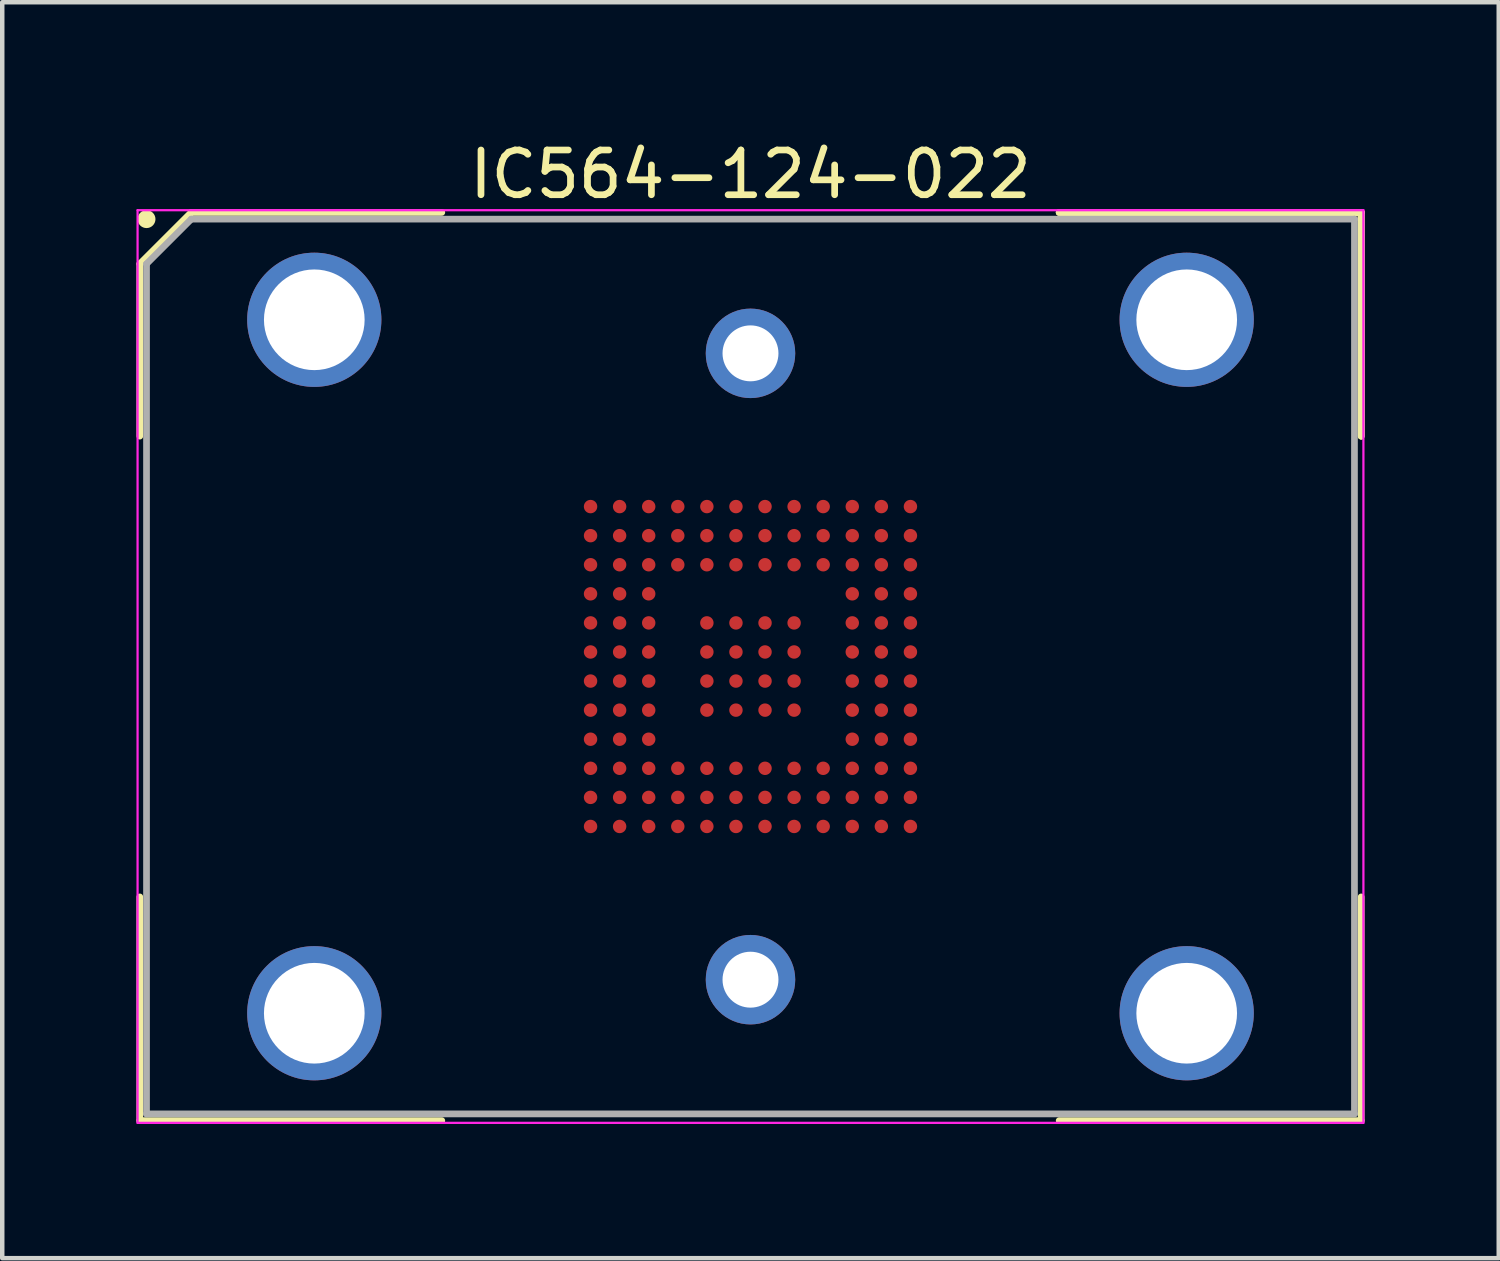
<source format=kicad_pcb>
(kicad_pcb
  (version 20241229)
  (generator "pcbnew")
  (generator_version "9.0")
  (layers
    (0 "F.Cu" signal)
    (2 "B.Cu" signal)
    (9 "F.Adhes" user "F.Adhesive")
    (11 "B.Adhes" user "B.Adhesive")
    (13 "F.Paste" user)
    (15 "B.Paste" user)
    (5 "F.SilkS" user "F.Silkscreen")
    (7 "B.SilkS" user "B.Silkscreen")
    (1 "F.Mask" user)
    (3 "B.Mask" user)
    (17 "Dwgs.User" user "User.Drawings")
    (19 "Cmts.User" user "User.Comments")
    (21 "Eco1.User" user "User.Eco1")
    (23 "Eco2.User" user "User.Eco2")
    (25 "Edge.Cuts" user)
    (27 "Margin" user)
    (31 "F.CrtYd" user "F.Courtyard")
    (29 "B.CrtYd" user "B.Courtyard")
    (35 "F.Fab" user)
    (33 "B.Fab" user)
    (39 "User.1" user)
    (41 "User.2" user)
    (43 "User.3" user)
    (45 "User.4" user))
  (footprint "IC564-124-022"
    (layer "F.Cu")
    (at 13.725 11.848)
    (property "Reference" "IC564-124-022" (at 0 -11 0) (layer "F.SilkS") (effects (font (size 1 1) (thickness 0.15))))
    (attr smd)
    (fp_line (start -13.65 -9) (end -13.65 -5.15) (stroke (width 0.15) (type solid)) (layer "F.SilkS"))
    (fp_line (start -13.65 10.15) (end -13.65 5.15) (stroke (width 0.15) (type solid)) (layer "F.SilkS"))
    (fp_line (start -12.5 -10.15) (end -13.65 -9) (stroke (width 0.15) (type solid)) (layer "F.SilkS"))
    (fp_line (start -6.9 -10.15) (end -12.5 -10.15) (stroke (width 0.15) (type solid)) (layer "F.SilkS"))
    (fp_line (start -6.9 10.15) (end -13.65 10.15) (stroke (width 0.15) (type solid)) (layer "F.SilkS"))
    (fp_line (start 6.9 -10.15) (end 13.65 -10.15) (stroke (width 0.15) (type solid)) (layer "F.SilkS"))
    (fp_line (start 6.9 -10.15) (end 13.65 -10.15) (stroke (width 0.15) (type solid)) (layer "F.SilkS"))
    (fp_line (start 6.9 -10.15) (end 13.65 -10.15) (stroke (width 0.15) (type solid)) (layer "F.SilkS"))
    (fp_line (start 6.9 10.15) (end 13.65 10.15) (stroke (width 0.15) (type solid)) (layer "F.SilkS"))
    (fp_line (start 13.65 -10.15) (end 13.65 -5.15) (stroke (width 0.15) (type solid)) (layer "F.SilkS"))
    (fp_line (start 13.65 -10.15) (end 13.65 -5.15) (stroke (width 0.15) (type solid)) (layer "F.SilkS"))
    (fp_line (start 13.65 -10.15) (end 13.65 -5.15) (stroke (width 0.15) (type solid)) (layer "F.SilkS"))
    (fp_line (start 13.65 10.15) (end 13.65 5.15) (stroke (width 0.15) (type solid)) (layer "F.SilkS"))
    (fp_circle (center -13.5 -10) (end -13.5 -9.9) (stroke (width 0.2) (type solid)) (fill no) (layer "F.SilkS"))
    (fp_line (start -13.7 -10.2) (end 13.7 -10.2) (stroke (width 0.05) (type solid)) (layer "F.CrtYd"))
    (fp_line (start -13.7 10.2) (end -13.7 -10.2) (stroke (width 0.05) (type solid)) (layer "F.CrtYd"))
    (fp_line (start 13.7 -10.2) (end 13.7 10.2) (stroke (width 0.05) (type solid)) (layer "F.CrtYd"))
    (fp_line (start 13.7 10.2) (end -13.7 10.2) (stroke (width 0.05) (type solid)) (layer "F.CrtYd"))
    (fp_line (start -13.5 -9) (end -13.5 10) (stroke (width 0.15) (type solid)) (layer "F.Fab"))
    (fp_line (start -13.5 10) (end 13.5 10) (stroke (width 0.15) (type solid)) (layer "F.Fab"))
    (fp_line (start -12.5 -10) (end -13.5 -9) (stroke (width 0.15) (type solid)) (layer "F.Fab"))
    (fp_line (start 13.5 -10) (end -12.5 -10) (stroke (width 0.15) (type solid)) (layer "F.Fab"))
    (fp_line (start 13.5 10) (end 13.5 -10) (stroke (width 0.15) (type solid)) (layer "F.Fab"))
    (pad "" thru_hole circle (at -9.75 -7.75) (size 3 3) (drill 2.25) (layers "*.Cu" "*.Mask"))
    (pad "" thru_hole circle (at -9.75 7.75) (size 3 3) (drill 2.25) (layers "*.Cu" "*.Mask"))
    (pad "" thru_hole circle (at 0 -7) (size 2 2) (drill 1.25) (layers "*.Cu" "*.Mask"))
    (pad "" thru_hole circle (at 0 7) (size 2 2) (drill 1.25) (layers "*.Cu" "*.Mask"))
    (pad "" thru_hole circle (at 9.75 -7.75) (size 3 3) (drill 2.25) (layers "*.Cu" "*.Mask"))
    (pad "" thru_hole circle (at 9.75 7.75) (size 3 3) (drill 2.25) (layers "*.Cu" "*.Mask"))
    (pad "A1" smd circle (at -3.575 -3.575) (size 0.3 0.3) (layers "F.Cu" "F.Mask" "F.Paste"))
    (pad "A2" smd circle (at -2.925 -3.575) (size 0.3 0.3) (layers "F.Cu" "F.Mask" "F.Paste"))
    (pad "A3" smd circle (at -2.275 -3.575) (size 0.3 0.3) (layers "F.Cu" "F.Mask" "F.Paste"))
    (pad "A4" smd circle (at -1.625 -3.575) (size 0.3 0.3) (layers "F.Cu" "F.Mask" "F.Paste"))
    (pad "A5" smd circle (at -0.975 -3.575) (size 0.3 0.3) (layers "F.Cu" "F.Mask" "F.Paste"))
    (pad "A6" smd circle (at -0.325 -3.575) (size 0.3 0.3) (layers "F.Cu" "F.Mask" "F.Paste"))
    (pad "A7" smd circle (at 0.325 -3.575) (size 0.3 0.3) (layers "F.Cu" "F.Mask" "F.Paste"))
    (pad "A8" smd circle (at 0.975 -3.575) (size 0.3 0.3) (layers "F.Cu" "F.Mask" "F.Paste"))
    (pad "A9" smd circle (at 1.625 -3.575) (size 0.3 0.3) (layers "F.Cu" "F.Mask" "F.Paste"))
    (pad "A10" smd circle (at 2.275 -3.575) (size 0.3 0.3) (layers "F.Cu" "F.Mask" "F.Paste"))
    (pad "A11" smd circle (at 2.925 -3.575) (size 0.3 0.3) (layers "F.Cu" "F.Mask" "F.Paste"))
    (pad "A12" smd circle (at 3.575 -3.575) (size 0.3 0.3) (layers "F.Cu" "F.Mask" "F.Paste"))
    (pad "B1" smd circle (at -3.575 -2.925) (size 0.3 0.3) (layers "F.Cu" "F.Mask" "F.Paste"))
    (pad "B2" smd circle (at -2.925 -2.925) (size 0.3 0.3) (layers "F.Cu" "F.Mask" "F.Paste"))
    (pad "B3" smd circle (at -2.275 -2.925) (size 0.3 0.3) (layers "F.Cu" "F.Mask" "F.Paste"))
    (pad "B4" smd circle (at -1.625 -2.925) (size 0.3 0.3) (layers "F.Cu" "F.Mask" "F.Paste"))
    (pad "B5" smd circle (at -0.975 -2.925) (size 0.3 0.3) (layers "F.Cu" "F.Mask" "F.Paste"))
    (pad "B6" smd circle (at -0.325 -2.925) (size 0.3 0.3) (layers "F.Cu" "F.Mask" "F.Paste"))
    (pad "B7" smd circle (at 0.325 -2.925) (size 0.3 0.3) (layers "F.Cu" "F.Mask" "F.Paste"))
    (pad "B8" smd circle (at 0.975 -2.925) (size 0.3 0.3) (layers "F.Cu" "F.Mask" "F.Paste"))
    (pad "B9" smd circle (at 1.625 -2.925) (size 0.3 0.3) (layers "F.Cu" "F.Mask" "F.Paste"))
    (pad "B10" smd circle (at 2.275 -2.925) (size 0.3 0.3) (layers "F.Cu" "F.Mask" "F.Paste"))
    (pad "B11" smd circle (at 2.925 -2.925) (size 0.3 0.3) (layers "F.Cu" "F.Mask" "F.Paste"))
    (pad "B12" smd circle (at 3.575 -2.925) (size 0.3 0.3) (layers "F.Cu" "F.Mask" "F.Paste"))
    (pad "C1" smd circle (at -3.575 -2.275) (size 0.3 0.3) (layers "F.Cu" "F.Mask" "F.Paste"))
    (pad "C2" smd circle (at -2.925 -2.275) (size 0.3 0.3) (layers "F.Cu" "F.Mask" "F.Paste"))
    (pad "C3" smd circle (at -2.275 -2.275) (size 0.3 0.3) (layers "F.Cu" "F.Mask" "F.Paste"))
    (pad "C4" smd circle (at -1.625 -2.275) (size 0.3 0.3) (layers "F.Cu" "F.Mask" "F.Paste"))
    (pad "C5" smd circle (at -0.975 -2.275) (size 0.3 0.3) (layers "F.Cu" "F.Mask" "F.Paste"))
    (pad "C6" smd circle (at -0.325 -2.275) (size 0.3 0.3) (layers "F.Cu" "F.Mask" "F.Paste"))
    (pad "C7" smd circle (at 0.325 -2.275) (size 0.3 0.3) (layers "F.Cu" "F.Mask" "F.Paste"))
    (pad "C8" smd circle (at 0.975 -2.275) (size 0.3 0.3) (layers "F.Cu" "F.Mask" "F.Paste"))
    (pad "C9" smd circle (at 1.625 -2.275) (size 0.3 0.3) (layers "F.Cu" "F.Mask" "F.Paste"))
    (pad "C10" smd circle (at 2.275 -2.275) (size 0.3 0.3) (layers "F.Cu" "F.Mask" "F.Paste"))
    (pad "C11" smd circle (at 2.925 -2.275) (size 0.3 0.3) (layers "F.Cu" "F.Mask" "F.Paste"))
    (pad "C12" smd circle (at 3.575 -2.275) (size 0.3 0.3) (layers "F.Cu" "F.Mask" "F.Paste"))
    (pad "D1" smd circle (at -3.575 -1.625) (size 0.3 0.3) (layers "F.Cu" "F.Mask" "F.Paste"))
    (pad "D2" smd circle (at -2.925 -1.625) (size 0.3 0.3) (layers "F.Cu" "F.Mask" "F.Paste"))
    (pad "D3" smd circle (at -2.275 -1.625) (size 0.3 0.3) (layers "F.Cu" "F.Mask" "F.Paste"))
    (pad "D10" smd circle (at 2.275 -1.625) (size 0.3 0.3) (layers "F.Cu" "F.Mask" "F.Paste"))
    (pad "D11" smd circle (at 2.925 -1.625) (size 0.3 0.3) (layers "F.Cu" "F.Mask" "F.Paste"))
    (pad "D12" smd circle (at 3.575 -1.625) (size 0.3 0.3) (layers "F.Cu" "F.Mask" "F.Paste"))
    (pad "E1" smd circle (at -3.575 -0.975) (size 0.3 0.3) (layers "F.Cu" "F.Mask" "F.Paste"))
    (pad "E2" smd circle (at -2.925 -0.975) (size 0.3 0.3) (layers "F.Cu" "F.Mask" "F.Paste"))
    (pad "E3" smd circle (at -2.275 -0.975) (size 0.3 0.3) (layers "F.Cu" "F.Mask" "F.Paste"))
    (pad "E5" smd circle (at -0.975 -0.975) (size 0.3 0.3) (layers "F.Cu" "F.Mask" "F.Paste"))
    (pad "E6" smd circle (at -0.325 -0.975) (size 0.3 0.3) (layers "F.Cu" "F.Mask" "F.Paste"))
    (pad "E7" smd circle (at 0.325 -0.975) (size 0.3 0.3) (layers "F.Cu" "F.Mask" "F.Paste"))
    (pad "E8" smd circle (at 0.975 -0.975) (size 0.3 0.3) (layers "F.Cu" "F.Mask" "F.Paste"))
    (pad "E10" smd circle (at 2.275 -0.975) (size 0.3 0.3) (layers "F.Cu" "F.Mask" "F.Paste"))
    (pad "E11" smd circle (at 2.925 -0.975) (size 0.3 0.3) (layers "F.Cu" "F.Mask" "F.Paste"))
    (pad "E12" smd circle (at 3.575 -0.975) (size 0.3 0.3) (layers "F.Cu" "F.Mask" "F.Paste"))
    (pad "F1" smd circle (at -3.575 -0.325) (size 0.3 0.3) (layers "F.Cu" "F.Mask" "F.Paste"))
    (pad "F2" smd circle (at -2.925 -0.325) (size 0.3 0.3) (layers "F.Cu" "F.Mask" "F.Paste"))
    (pad "F3" smd circle (at -2.275 -0.325) (size 0.3 0.3) (layers "F.Cu" "F.Mask" "F.Paste"))
    (pad "F5" smd circle (at -0.975 -0.325) (size 0.3 0.3) (layers "F.Cu" "F.Mask" "F.Paste"))
    (pad "F6" smd circle (at -0.325 -0.325) (size 0.3 0.3) (layers "F.Cu" "F.Mask" "F.Paste"))
    (pad "F7" smd circle (at 0.325 -0.325) (size 0.3 0.3) (layers "F.Cu" "F.Mask" "F.Paste"))
    (pad "F8" smd circle (at 0.975 -0.325) (size 0.3 0.3) (layers "F.Cu" "F.Mask" "F.Paste"))
    (pad "F10" smd circle (at 2.275 -0.325) (size 0.3 0.3) (layers "F.Cu" "F.Mask" "F.Paste"))
    (pad "F11" smd circle (at 2.925 -0.325) (size 0.3 0.3) (layers "F.Cu" "F.Mask" "F.Paste"))
    (pad "F12" smd circle (at 3.575 -0.325) (size 0.3 0.3) (layers "F.Cu" "F.Mask" "F.Paste"))
    (pad "G1" smd circle (at -3.575 0.325) (size 0.3 0.3) (layers "F.Cu" "F.Mask" "F.Paste"))
    (pad "G2" smd circle (at -2.925 0.325) (size 0.3 0.3) (layers "F.Cu" "F.Mask" "F.Paste"))
    (pad "G3" smd circle (at -2.275 0.325) (size 0.3 0.3) (layers "F.Cu" "F.Mask" "F.Paste"))
    (pad "G5" smd circle (at -0.975 0.325) (size 0.3 0.3) (layers "F.Cu" "F.Mask" "F.Paste"))
    (pad "G6" smd circle (at -0.325 0.325) (size 0.3 0.3) (layers "F.Cu" "F.Mask" "F.Paste"))
    (pad "G7" smd circle (at 0.325 0.325) (size 0.3 0.3) (layers "F.Cu" "F.Mask" "F.Paste"))
    (pad "G8" smd circle (at 0.975 0.325) (size 0.3 0.3) (layers "F.Cu" "F.Mask" "F.Paste"))
    (pad "G10" smd circle (at 2.275 0.325) (size 0.3 0.3) (layers "F.Cu" "F.Mask" "F.Paste"))
    (pad "G11" smd circle (at 2.925 0.325) (size 0.3 0.3) (layers "F.Cu" "F.Mask" "F.Paste"))
    (pad "G12" smd circle (at 3.575 0.325) (size 0.3 0.3) (layers "F.Cu" "F.Mask" "F.Paste"))
    (pad "H1" smd circle (at -3.575 0.975) (size 0.3 0.3) (layers "F.Cu" "F.Mask" "F.Paste"))
    (pad "H2" smd circle (at -2.925 0.975) (size 0.3 0.3) (layers "F.Cu" "F.Mask" "F.Paste"))
    (pad "H3" smd circle (at -2.275 0.975) (size 0.3 0.3) (layers "F.Cu" "F.Mask" "F.Paste"))
    (pad "H5" smd circle (at -0.975 0.975) (size 0.3 0.3) (layers "F.Cu" "F.Mask" "F.Paste"))
    (pad "H6" smd circle (at -0.325 0.975) (size 0.3 0.3) (layers "F.Cu" "F.Mask" "F.Paste"))
    (pad "H7" smd circle (at 0.325 0.975) (size 0.3 0.3) (layers "F.Cu" "F.Mask" "F.Paste"))
    (pad "H8" smd circle (at 0.975 0.975) (size 0.3 0.3) (layers "F.Cu" "F.Mask" "F.Paste"))
    (pad "H10" smd circle (at 2.275 0.975) (size 0.3 0.3) (layers "F.Cu" "F.Mask" "F.Paste"))
    (pad "H11" smd circle (at 2.925 0.975) (size 0.3 0.3) (layers "F.Cu" "F.Mask" "F.Paste"))
    (pad "H12" smd circle (at 3.575 0.975) (size 0.3 0.3) (layers "F.Cu" "F.Mask" "F.Paste"))
    (pad "J1" smd circle (at -3.575 1.625) (size 0.3 0.3) (layers "F.Cu" "F.Mask" "F.Paste"))
    (pad "J2" smd circle (at -2.925 1.625) (size 0.3 0.3) (layers "F.Cu" "F.Mask" "F.Paste"))
    (pad "J3" smd circle (at -2.275 1.625) (size 0.3 0.3) (layers "F.Cu" "F.Mask" "F.Paste"))
    (pad "J10" smd circle (at 2.275 1.625) (size 0.3 0.3) (layers "F.Cu" "F.Mask" "F.Paste"))
    (pad "J11" smd circle (at 2.925 1.625) (size 0.3 0.3) (layers "F.Cu" "F.Mask" "F.Paste"))
    (pad "J12" smd circle (at 3.575 1.625) (size 0.3 0.3) (layers "F.Cu" "F.Mask" "F.Paste"))
    (pad "K1" smd circle (at -3.575 2.275) (size 0.3 0.3) (layers "F.Cu" "F.Mask" "F.Paste"))
    (pad "K2" smd circle (at -2.925 2.275) (size 0.3 0.3) (layers "F.Cu" "F.Mask" "F.Paste"))
    (pad "K3" smd circle (at -2.275 2.275) (size 0.3 0.3) (layers "F.Cu" "F.Mask" "F.Paste"))
    (pad "K4" smd circle (at -1.625 2.275) (size 0.3 0.3) (layers "F.Cu" "F.Mask" "F.Paste"))
    (pad "K5" smd circle (at -0.975 2.275) (size 0.3 0.3) (layers "F.Cu" "F.Mask" "F.Paste"))
    (pad "K6" smd circle (at -0.325 2.275) (size 0.3 0.3) (layers "F.Cu" "F.Mask" "F.Paste"))
    (pad "K7" smd circle (at 0.325 2.275) (size 0.3 0.3) (layers "F.Cu" "F.Mask" "F.Paste"))
    (pad "K8" smd circle (at 0.975 2.275) (size 0.3 0.3) (layers "F.Cu" "F.Mask" "F.Paste"))
    (pad "K9" smd circle (at 1.625 2.275) (size 0.3 0.3) (layers "F.Cu" "F.Mask" "F.Paste"))
    (pad "K10" smd circle (at 2.275 2.275) (size 0.3 0.3) (layers "F.Cu" "F.Mask" "F.Paste"))
    (pad "K11" smd circle (at 2.925 2.275) (size 0.3 0.3) (layers "F.Cu" "F.Mask" "F.Paste"))
    (pad "K12" smd circle (at 3.575 2.275) (size 0.3 0.3) (layers "F.Cu" "F.Mask" "F.Paste"))
    (pad "L1" smd circle (at -3.575 2.925) (size 0.3 0.3) (layers "F.Cu" "F.Mask" "F.Paste"))
    (pad "L2" smd circle (at -2.925 2.925) (size 0.3 0.3) (layers "F.Cu" "F.Mask" "F.Paste"))
    (pad "L3" smd circle (at -2.275 2.925) (size 0.3 0.3) (layers "F.Cu" "F.Mask" "F.Paste"))
    (pad "L4" smd circle (at -1.625 2.925) (size 0.3 0.3) (layers "F.Cu" "F.Mask" "F.Paste"))
    (pad "L5" smd circle (at -0.975 2.925) (size 0.3 0.3) (layers "F.Cu" "F.Mask" "F.Paste"))
    (pad "L6" smd circle (at -0.325 2.925) (size 0.3 0.3) (layers "F.Cu" "F.Mask" "F.Paste"))
    (pad "L7" smd circle (at 0.325 2.925) (size 0.3 0.3) (layers "F.Cu" "F.Mask" "F.Paste"))
    (pad "L8" smd circle (at 0.975 2.925) (size 0.3 0.3) (layers "F.Cu" "F.Mask" "F.Paste"))
    (pad "L9" smd circle (at 1.625 2.925) (size 0.3 0.3) (layers "F.Cu" "F.Mask" "F.Paste"))
    (pad "L10" smd circle (at 2.275 2.925) (size 0.3 0.3) (layers "F.Cu" "F.Mask" "F.Paste"))
    (pad "L11" smd circle (at 2.925 2.925) (size 0.3 0.3) (layers "F.Cu" "F.Mask" "F.Paste"))
    (pad "L12" smd circle (at 3.575 2.925) (size 0.3 0.3) (layers "F.Cu" "F.Mask" "F.Paste"))
    (pad "M1" smd circle (at -3.575 3.575) (size 0.3 0.3) (layers "F.Cu" "F.Mask" "F.Paste"))
    (pad "M2" smd circle (at -2.925 3.575) (size 0.3 0.3) (layers "F.Cu" "F.Mask" "F.Paste"))
    (pad "M3" smd circle (at -2.275 3.575) (size 0.3 0.3) (layers "F.Cu" "F.Mask" "F.Paste"))
    (pad "M4" smd circle (at -1.625 3.575) (size 0.3 0.3) (layers "F.Cu" "F.Mask" "F.Paste"))
    (pad "M5" smd circle (at -0.975 3.575) (size 0.3 0.3) (layers "F.Cu" "F.Mask" "F.Paste"))
    (pad "M6" smd circle (at -0.325 3.575) (size 0.3 0.3) (layers "F.Cu" "F.Mask" "F.Paste"))
    (pad "M7" smd circle (at 0.325 3.575) (size 0.3 0.3) (layers "F.Cu" "F.Mask" "F.Paste"))
    (pad "M8" smd circle (at 0.975 3.575) (size 0.3 0.3) (layers "F.Cu" "F.Mask" "F.Paste"))
    (pad "M9" smd circle (at 1.625 3.575) (size 0.3 0.3) (layers "F.Cu" "F.Mask" "F.Paste"))
    (pad "M10" smd circle (at 2.275 3.575) (size 0.3 0.3) (layers "F.Cu" "F.Mask" "F.Paste"))
    (pad "M11" smd circle (at 2.925 3.575) (size 0.3 0.3) (layers "F.Cu" "F.Mask" "F.Paste"))
    (pad "M12" smd circle (at 3.575 3.575) (size 0.3 0.3) (layers "F.Cu" "F.Mask" "F.Paste")))
  (gr_rect
    (start -3 -3)
    (end 30.45 25.073)
    (stroke (width 0.1) (type default))
    (fill no)
    (layer "Edge.Cuts")))
</source>
